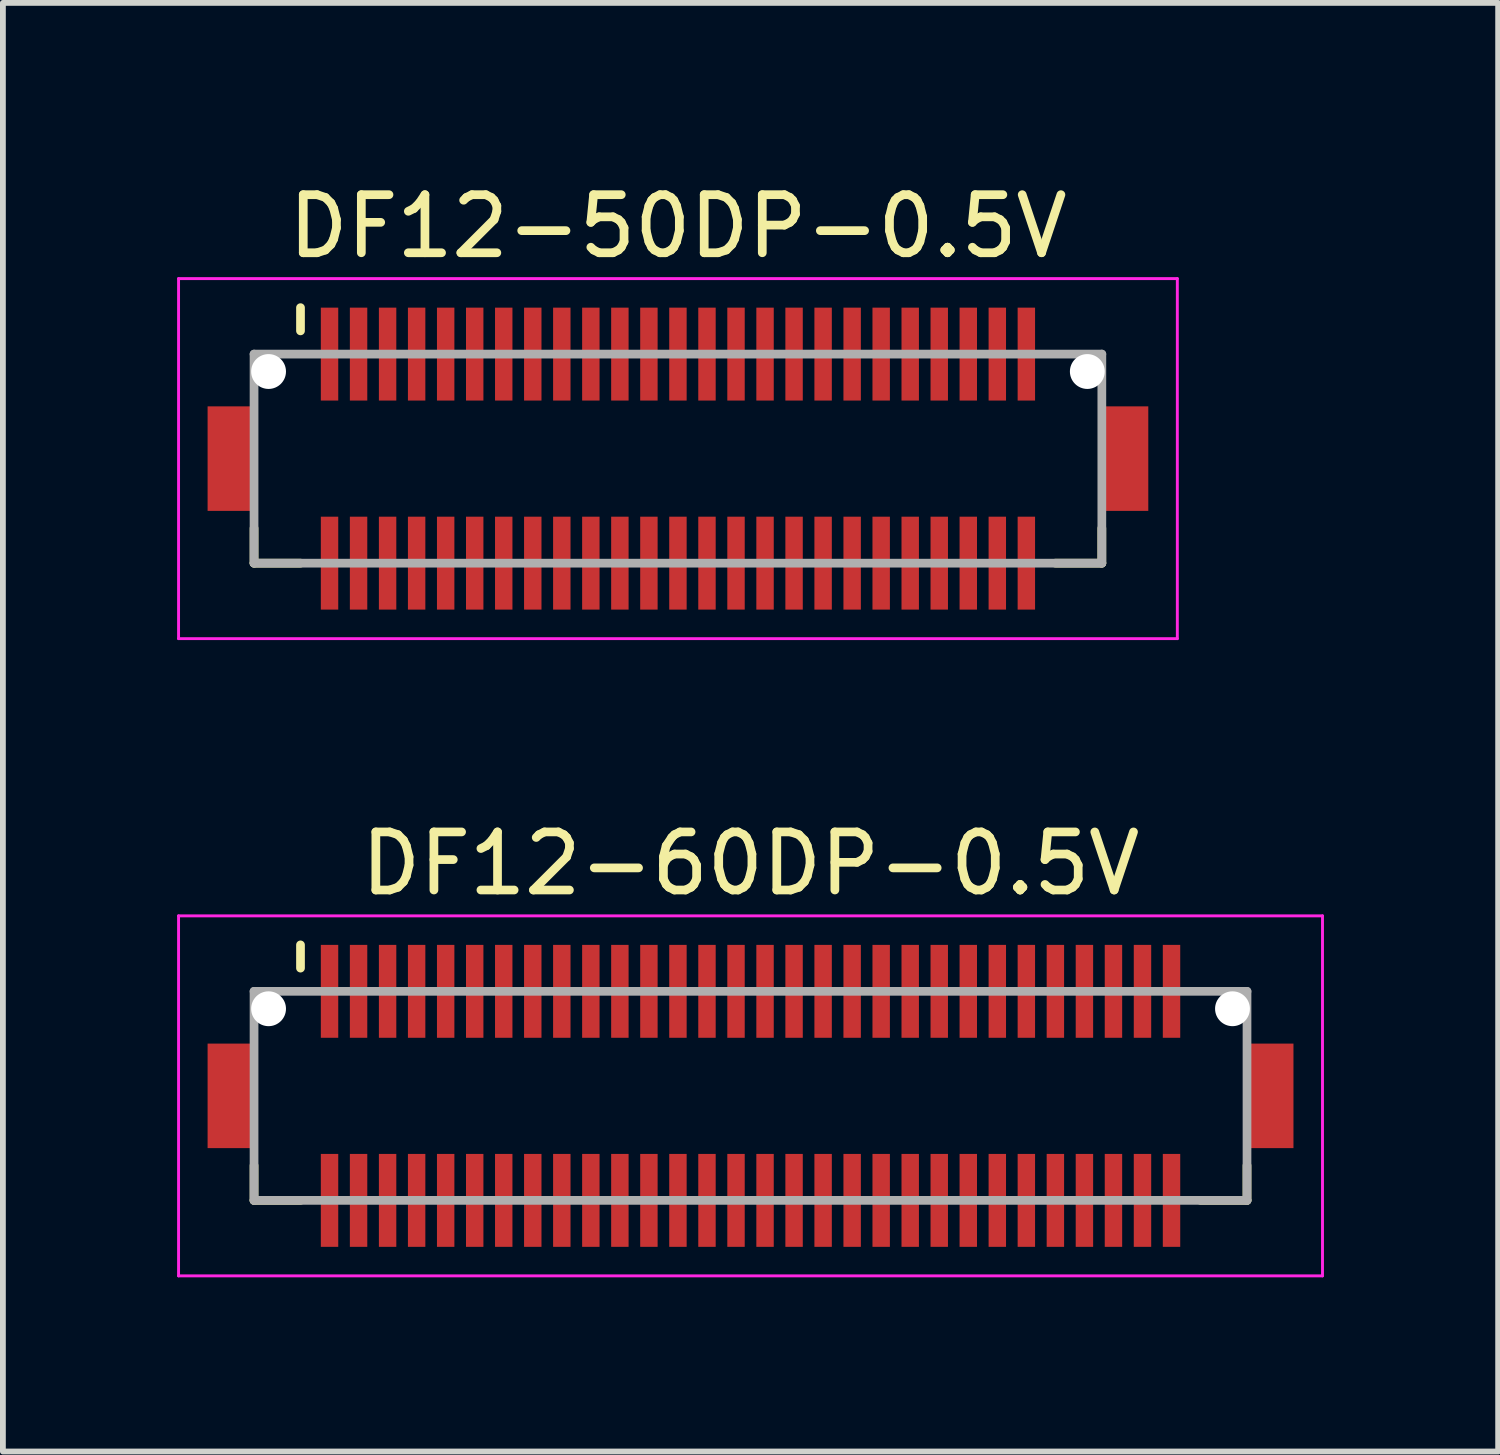
<source format=kicad_pcb>
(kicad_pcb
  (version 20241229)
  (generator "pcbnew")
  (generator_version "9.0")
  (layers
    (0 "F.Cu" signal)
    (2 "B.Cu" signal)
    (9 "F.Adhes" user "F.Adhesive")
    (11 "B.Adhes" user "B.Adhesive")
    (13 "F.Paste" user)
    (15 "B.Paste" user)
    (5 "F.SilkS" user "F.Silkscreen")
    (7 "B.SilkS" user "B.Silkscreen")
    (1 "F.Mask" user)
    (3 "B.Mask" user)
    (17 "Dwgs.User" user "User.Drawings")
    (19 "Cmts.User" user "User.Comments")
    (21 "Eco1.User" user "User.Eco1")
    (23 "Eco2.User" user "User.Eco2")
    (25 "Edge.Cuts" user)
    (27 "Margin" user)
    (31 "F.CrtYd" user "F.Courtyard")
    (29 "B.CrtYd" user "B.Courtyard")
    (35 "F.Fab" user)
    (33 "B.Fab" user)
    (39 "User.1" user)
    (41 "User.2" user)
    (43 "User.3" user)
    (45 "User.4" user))
  (footprint "DF12-60DP-0.5V"
    (layer "F.Cu")
    (at 9.875 15.822)
    (property "Reference" "DF12-60DP-0.5V" (at 0 -4 0) (layer "F.SilkS") (effects (font (size 1 1) (thickness 0.15))))
    (attr smd)
    (fp_line (start -8.55 1.2) (end -8.55 1.8) (stroke (width 0.15) (type solid)) (layer "F.SilkS"))
    (fp_line (start -8.55 1.8) (end -7.75 1.8) (stroke (width 0.15) (type solid)) (layer "F.SilkS"))
    (fp_line (start -7.75 -2.6) (end -7.75 -2.2) (stroke (width 0.15) (type solid)) (layer "F.SilkS"))
    (fp_line (start 7.75 1.8) (end 8.55 1.8) (stroke (width 0.15) (type solid)) (layer "F.SilkS"))
    (fp_line (start 8.55 1.2) (end 8.55 1.8) (stroke (width 0.15) (type solid)) (layer "F.SilkS"))
    (fp_line (start -9.85 -3.1) (end -9.85 3.1) (stroke (width 0.05) (type solid)) (layer "F.CrtYd"))
    (fp_line (start -9.85 -3.1) (end 9.85 -3.1) (stroke (width 0.05) (type solid)) (layer "F.CrtYd"))
    (fp_line (start -9.85 3.1) (end 9.85 3.1) (stroke (width 0.05) (type solid)) (layer "F.CrtYd"))
    (fp_line (start 9.85 -3.1) (end 9.85 3.1) (stroke (width 0.05) (type solid)) (layer "F.CrtYd"))
    (fp_line (start -8.55 -1.8) (end -8.55 1.8) (stroke (width 0.15) (type solid)) (layer "F.Fab"))
    (fp_line (start -8.55 -1.8) (end 8.55 -1.8) (stroke (width 0.15) (type solid)) (layer "F.Fab"))
    (fp_line (start -8.55 1.8) (end 8.55 1.8) (stroke (width 0.15) (type solid)) (layer "F.Fab"))
    (fp_line (start 8.55 -1.8) (end 8.55 1.8) (stroke (width 0.15) (type solid)) (layer "F.Fab"))
    (pad "" np_thru_hole circle (at -8.3 -1.5) (size 0.6 0.6) (drill 0.6) (layers "*.Cu" "*.Mask"))
    (pad "" np_thru_hole circle (at 8.3 -1.5) (size 0.6 0.6) (drill 0.6) (layers "*.Cu" "*.Mask"))
    (pad "1" smd rect (at -7.25 -1.8) (size 0.3 1.6) (layers "F.Cu" "F.Mask" "F.Paste"))
    (pad "2" smd rect (at -7.25 1.8) (size 0.3 1.6) (layers "F.Cu" "F.Mask" "F.Paste"))
    (pad "3" smd rect (at -6.75 -1.8) (size 0.3 1.6) (layers "F.Cu" "F.Mask" "F.Paste"))
    (pad "4" smd rect (at -6.75 1.8) (size 0.3 1.6) (layers "F.Cu" "F.Mask" "F.Paste"))
    (pad "5" smd rect (at -6.25 -1.8) (size 0.3 1.6) (layers "F.Cu" "F.Mask" "F.Paste"))
    (pad "6" smd rect (at -6.25 1.8) (size 0.3 1.6) (layers "F.Cu" "F.Mask" "F.Paste"))
    (pad "7" smd rect (at -5.75 -1.8) (size 0.3 1.6) (layers "F.Cu" "F.Mask" "F.Paste"))
    (pad "8" smd rect (at -5.75 1.8) (size 0.3 1.6) (layers "F.Cu" "F.Mask" "F.Paste"))
    (pad "9" smd rect (at -5.25 -1.8) (size 0.3 1.6) (layers "F.Cu" "F.Mask" "F.Paste"))
    (pad "10" smd rect (at -5.25 1.8) (size 0.3 1.6) (layers "F.Cu" "F.Mask" "F.Paste"))
    (pad "11" smd rect (at -4.75 -1.8) (size 0.3 1.6) (layers "F.Cu" "F.Mask" "F.Paste"))
    (pad "12" smd rect (at -4.75 1.8) (size 0.3 1.6) (layers "F.Cu" "F.Mask" "F.Paste"))
    (pad "13" smd rect (at -4.25 -1.8) (size 0.3 1.6) (layers "F.Cu" "F.Mask" "F.Paste"))
    (pad "14" smd rect (at -4.25 1.8) (size 0.3 1.6) (layers "F.Cu" "F.Mask" "F.Paste"))
    (pad "15" smd rect (at -3.75 -1.8) (size 0.3 1.6) (layers "F.Cu" "F.Mask" "F.Paste"))
    (pad "16" smd rect (at -3.75 1.8) (size 0.3 1.6) (layers "F.Cu" "F.Mask" "F.Paste"))
    (pad "17" smd rect (at -3.25 -1.8) (size 0.3 1.6) (layers "F.Cu" "F.Mask" "F.Paste"))
    (pad "18" smd rect (at -3.25 1.8) (size 0.3 1.6) (layers "F.Cu" "F.Mask" "F.Paste"))
    (pad "19" smd rect (at -2.75 -1.8) (size 0.3 1.6) (layers "F.Cu" "F.Mask" "F.Paste"))
    (pad "20" smd rect (at -2.75 1.8) (size 0.3 1.6) (layers "F.Cu" "F.Mask" "F.Paste"))
    (pad "21" smd rect (at -2.25 -1.8) (size 0.3 1.6) (layers "F.Cu" "F.Mask" "F.Paste"))
    (pad "22" smd rect (at -2.25 1.8) (size 0.3 1.6) (layers "F.Cu" "F.Mask" "F.Paste"))
    (pad "23" smd rect (at -1.75 -1.8) (size 0.3 1.6) (layers "F.Cu" "F.Mask" "F.Paste"))
    (pad "24" smd rect (at -1.75 1.8) (size 0.3 1.6) (layers "F.Cu" "F.Mask" "F.Paste"))
    (pad "25" smd rect (at -1.25 -1.8) (size 0.3 1.6) (layers "F.Cu" "F.Mask" "F.Paste"))
    (pad "26" smd rect (at -1.25 1.8) (size 0.3 1.6) (layers "F.Cu" "F.Mask" "F.Paste"))
    (pad "27" smd rect (at -0.75 -1.8) (size 0.3 1.6) (layers "F.Cu" "F.Mask" "F.Paste"))
    (pad "28" smd rect (at -0.75 1.8) (size 0.3 1.6) (layers "F.Cu" "F.Mask" "F.Paste"))
    (pad "29" smd rect (at -0.25 -1.8) (size 0.3 1.6) (layers "F.Cu" "F.Mask" "F.Paste"))
    (pad "30" smd rect (at -0.25 1.8) (size 0.3 1.6) (layers "F.Cu" "F.Mask" "F.Paste"))
    (pad "31" smd rect (at 0.25 -1.8) (size 0.3 1.6) (layers "F.Cu" "F.Mask" "F.Paste"))
    (pad "32" smd rect (at 0.25 1.8) (size 0.3 1.6) (layers "F.Cu" "F.Mask" "F.Paste"))
    (pad "33" smd rect (at 0.75 -1.8) (size 0.3 1.6) (layers "F.Cu" "F.Mask" "F.Paste"))
    (pad "34" smd rect (at 0.75 1.8) (size 0.3 1.6) (layers "F.Cu" "F.Mask" "F.Paste"))
    (pad "35" smd rect (at 1.25 -1.8) (size 0.3 1.6) (layers "F.Cu" "F.Mask" "F.Paste"))
    (pad "36" smd rect (at 1.25 1.8) (size 0.3 1.6) (layers "F.Cu" "F.Mask" "F.Paste"))
    (pad "37" smd rect (at 1.75 -1.8) (size 0.3 1.6) (layers "F.Cu" "F.Mask" "F.Paste"))
    (pad "38" smd rect (at 1.75 1.8) (size 0.3 1.6) (layers "F.Cu" "F.Mask" "F.Paste"))
    (pad "39" smd rect (at 2.25 -1.8) (size 0.3 1.6) (layers "F.Cu" "F.Mask" "F.Paste"))
    (pad "40" smd rect (at 2.25 1.8) (size 0.3 1.6) (layers "F.Cu" "F.Mask" "F.Paste"))
    (pad "41" smd rect (at 2.75 -1.8) (size 0.3 1.6) (layers "F.Cu" "F.Mask" "F.Paste"))
    (pad "42" smd rect (at 2.75 1.8) (size 0.3 1.6) (layers "F.Cu" "F.Mask" "F.Paste"))
    (pad "43" smd rect (at 3.25 -1.8) (size 0.3 1.6) (layers "F.Cu" "F.Mask" "F.Paste"))
    (pad "44" smd rect (at 3.25 1.8) (size 0.3 1.6) (layers "F.Cu" "F.Mask" "F.Paste"))
    (pad "45" smd rect (at 3.75 -1.8) (size 0.3 1.6) (layers "F.Cu" "F.Mask" "F.Paste"))
    (pad "46" smd rect (at 3.75 1.8) (size 0.3 1.6) (layers "F.Cu" "F.Mask" "F.Paste"))
    (pad "47" smd rect (at 4.25 -1.8) (size 0.3 1.6) (layers "F.Cu" "F.Mask" "F.Paste"))
    (pad "48" smd rect (at 4.25 1.8) (size 0.3 1.6) (layers "F.Cu" "F.Mask" "F.Paste"))
    (pad "49" smd rect (at 4.75 -1.8) (size 0.3 1.6) (layers "F.Cu" "F.Mask" "F.Paste"))
    (pad "50" smd rect (at 4.75 1.8) (size 0.3 1.6) (layers "F.Cu" "F.Mask" "F.Paste"))
    (pad "51" smd rect (at 5.25 -1.8) (size 0.3 1.6) (layers "F.Cu" "F.Mask" "F.Paste"))
    (pad "52" smd rect (at 5.25 1.8) (size 0.3 1.6) (layers "F.Cu" "F.Mask" "F.Paste"))
    (pad "53" smd rect (at 5.75 -1.8) (size 0.3 1.6) (layers "F.Cu" "F.Mask" "F.Paste"))
    (pad "54" smd rect (at 5.75 1.8) (size 0.3 1.6) (layers "F.Cu" "F.Mask" "F.Paste"))
    (pad "55" smd rect (at 6.25 -1.8) (size 0.3 1.6) (layers "F.Cu" "F.Mask" "F.Paste"))
    (pad "56" smd rect (at 6.25 1.8) (size 0.3 1.6) (layers "F.Cu" "F.Mask" "F.Paste"))
    (pad "57" smd rect (at 6.75 -1.8) (size 0.3 1.6) (layers "F.Cu" "F.Mask" "F.Paste"))
    (pad "58" smd rect (at 6.75 1.8) (size 0.3 1.6) (layers "F.Cu" "F.Mask" "F.Paste"))
    (pad "59" smd rect (at 7.25 -1.8) (size 0.3 1.6) (layers "F.Cu" "F.Mask" "F.Paste"))
    (pad "60" smd rect (at 7.25 1.8) (size 0.3 1.6) (layers "F.Cu" "F.Mask" "F.Paste"))
    (pad "S" smd rect (at -8.95 0) (size 0.8 1.8) (layers "F.Cu" "F.Mask" "F.Paste"))
    (pad "S" smd rect (at 8.95 0) (size 0.8 1.8) (layers "F.Cu" "F.Mask" "F.Paste")))
  (footprint "DF12-50DP-0.5V"
    (layer "F.Cu")
    (at 8.625 4.848)
    (property "Reference" "DF12-50DP-0.5V" (at 0 -4 0) (layer "F.SilkS") (effects (font (size 1 1) (thickness 0.15))))
    (attr smd)
    (fp_line (start -7.3 1.2) (end -7.3 1.8) (stroke (width 0.15) (type solid)) (layer "F.SilkS"))
    (fp_line (start -7.3 1.8) (end -6.5 1.8) (stroke (width 0.15) (type solid)) (layer "F.SilkS"))
    (fp_line (start -6.5 -2.6) (end -6.5 -2.2) (stroke (width 0.15) (type solid)) (layer "F.SilkS"))
    (fp_line (start 6.5 1.8) (end 7.3 1.8) (stroke (width 0.15) (type solid)) (layer "F.SilkS"))
    (fp_line (start 7.3 1.2) (end 7.3 1.8) (stroke (width 0.15) (type solid)) (layer "F.SilkS"))
    (fp_line (start -8.6 -3.1) (end -8.6 3.1) (stroke (width 0.05) (type solid)) (layer "F.CrtYd"))
    (fp_line (start -8.6 -3.1) (end 8.6 -3.1) (stroke (width 0.05) (type solid)) (layer "F.CrtYd"))
    (fp_line (start -8.6 3.1) (end 8.6 3.1) (stroke (width 0.05) (type solid)) (layer "F.CrtYd"))
    (fp_line (start 8.6 -3.1) (end 8.6 3.1) (stroke (width 0.05) (type solid)) (layer "F.CrtYd"))
    (fp_line (start -7.3 -1.8) (end -7.3 1.8) (stroke (width 0.15) (type solid)) (layer "F.Fab"))
    (fp_line (start -7.3 -1.8) (end 7.3 -1.8) (stroke (width 0.15) (type solid)) (layer "F.Fab"))
    (fp_line (start -7.3 1.8) (end 7.3 1.8) (stroke (width 0.15) (type solid)) (layer "F.Fab"))
    (fp_line (start 7.3 -1.8) (end 7.3 1.8) (stroke (width 0.15) (type solid)) (layer "F.Fab"))
    (pad "" np_thru_hole circle (at -7.05 -1.5) (size 0.6 0.6) (drill 0.6) (layers "*.Cu" "*.Mask"))
    (pad "" np_thru_hole circle (at 7.05 -1.5) (size 0.6 0.6) (drill 0.6) (layers "*.Cu" "*.Mask"))
    (pad "1" smd rect (at -6 -1.8) (size 0.3 1.6) (layers "F.Cu" "F.Mask" "F.Paste"))
    (pad "2" smd rect (at -6 1.8) (size 0.3 1.6) (layers "F.Cu" "F.Mask" "F.Paste"))
    (pad "3" smd rect (at -5.5 -1.8) (size 0.3 1.6) (layers "F.Cu" "F.Mask" "F.Paste"))
    (pad "4" smd rect (at -5.5 1.8) (size 0.3 1.6) (layers "F.Cu" "F.Mask" "F.Paste"))
    (pad "5" smd rect (at -5 -1.8) (size 0.3 1.6) (layers "F.Cu" "F.Mask" "F.Paste"))
    (pad "6" smd rect (at -5 1.8) (size 0.3 1.6) (layers "F.Cu" "F.Mask" "F.Paste"))
    (pad "7" smd rect (at -4.5 -1.8) (size 0.3 1.6) (layers "F.Cu" "F.Mask" "F.Paste"))
    (pad "8" smd rect (at -4.5 1.8) (size 0.3 1.6) (layers "F.Cu" "F.Mask" "F.Paste"))
    (pad "9" smd rect (at -4 -1.8) (size 0.3 1.6) (layers "F.Cu" "F.Mask" "F.Paste"))
    (pad "10" smd rect (at -4 1.8) (size 0.3 1.6) (layers "F.Cu" "F.Mask" "F.Paste"))
    (pad "11" smd rect (at -3.5 -1.8) (size 0.3 1.6) (layers "F.Cu" "F.Mask" "F.Paste"))
    (pad "12" smd rect (at -3.5 1.8) (size 0.3 1.6) (layers "F.Cu" "F.Mask" "F.Paste"))
    (pad "13" smd rect (at -3 -1.8) (size 0.3 1.6) (layers "F.Cu" "F.Mask" "F.Paste"))
    (pad "14" smd rect (at -3 1.8) (size 0.3 1.6) (layers "F.Cu" "F.Mask" "F.Paste"))
    (pad "15" smd rect (at -2.5 -1.8) (size 0.3 1.6) (layers "F.Cu" "F.Mask" "F.Paste"))
    (pad "16" smd rect (at -2.5 1.8) (size 0.3 1.6) (layers "F.Cu" "F.Mask" "F.Paste"))
    (pad "17" smd rect (at -2 -1.8) (size 0.3 1.6) (layers "F.Cu" "F.Mask" "F.Paste"))
    (pad "18" smd rect (at -2 1.8) (size 0.3 1.6) (layers "F.Cu" "F.Mask" "F.Paste"))
    (pad "19" smd rect (at -1.5 -1.8) (size 0.3 1.6) (layers "F.Cu" "F.Mask" "F.Paste"))
    (pad "20" smd rect (at -1.5 1.8) (size 0.3 1.6) (layers "F.Cu" "F.Mask" "F.Paste"))
    (pad "21" smd rect (at -1 -1.8) (size 0.3 1.6) (layers "F.Cu" "F.Mask" "F.Paste"))
    (pad "22" smd rect (at -1 1.8) (size 0.3 1.6) (layers "F.Cu" "F.Mask" "F.Paste"))
    (pad "23" smd rect (at -0.5 -1.8) (size 0.3 1.6) (layers "F.Cu" "F.Mask" "F.Paste"))
    (pad "24" smd rect (at -0.5 1.8) (size 0.3 1.6) (layers "F.Cu" "F.Mask" "F.Paste"))
    (pad "25" smd rect (at 0 -1.8) (size 0.3 1.6) (layers "F.Cu" "F.Mask" "F.Paste"))
    (pad "26" smd rect (at 0 1.8) (size 0.3 1.6) (layers "F.Cu" "F.Mask" "F.Paste"))
    (pad "27" smd rect (at 0.5 -1.8) (size 0.3 1.6) (layers "F.Cu" "F.Mask" "F.Paste"))
    (pad "28" smd rect (at 0.5 1.8) (size 0.3 1.6) (layers "F.Cu" "F.Mask" "F.Paste"))
    (pad "29" smd rect (at 1 -1.8) (size 0.3 1.6) (layers "F.Cu" "F.Mask" "F.Paste"))
    (pad "30" smd rect (at 1 1.8) (size 0.3 1.6) (layers "F.Cu" "F.Mask" "F.Paste"))
    (pad "31" smd rect (at 1.5 -1.8) (size 0.3 1.6) (layers "F.Cu" "F.Mask" "F.Paste"))
    (pad "32" smd rect (at 1.5 1.8) (size 0.3 1.6) (layers "F.Cu" "F.Mask" "F.Paste"))
    (pad "33" smd rect (at 2 -1.8) (size 0.3 1.6) (layers "F.Cu" "F.Mask" "F.Paste"))
    (pad "34" smd rect (at 2 1.8) (size 0.3 1.6) (layers "F.Cu" "F.Mask" "F.Paste"))
    (pad "35" smd rect (at 2.5 -1.8) (size 0.3 1.6) (layers "F.Cu" "F.Mask" "F.Paste"))
    (pad "36" smd rect (at 2.5 1.8) (size 0.3 1.6) (layers "F.Cu" "F.Mask" "F.Paste"))
    (pad "37" smd rect (at 3 -1.8) (size 0.3 1.6) (layers "F.Cu" "F.Mask" "F.Paste"))
    (pad "38" smd rect (at 3 1.8) (size 0.3 1.6) (layers "F.Cu" "F.Mask" "F.Paste"))
    (pad "39" smd rect (at 3.5 -1.8) (size 0.3 1.6) (layers "F.Cu" "F.Mask" "F.Paste"))
    (pad "40" smd rect (at 3.5 1.8) (size 0.3 1.6) (layers "F.Cu" "F.Mask" "F.Paste"))
    (pad "41" smd rect (at 4 -1.8) (size 0.3 1.6) (layers "F.Cu" "F.Mask" "F.Paste"))
    (pad "42" smd rect (at 4 1.8) (size 0.3 1.6) (layers "F.Cu" "F.Mask" "F.Paste"))
    (pad "43" smd rect (at 4.5 -1.8) (size 0.3 1.6) (layers "F.Cu" "F.Mask" "F.Paste"))
    (pad "44" smd rect (at 4.5 1.8) (size 0.3 1.6) (layers "F.Cu" "F.Mask" "F.Paste"))
    (pad "45" smd rect (at 5 -1.8) (size 0.3 1.6) (layers "F.Cu" "F.Mask" "F.Paste"))
    (pad "46" smd rect (at 5 1.8) (size 0.3 1.6) (layers "F.Cu" "F.Mask" "F.Paste"))
    (pad "47" smd rect (at 5.5 -1.8) (size 0.3 1.6) (layers "F.Cu" "F.Mask" "F.Paste"))
    (pad "48" smd rect (at 5.5 1.8) (size 0.3 1.6) (layers "F.Cu" "F.Mask" "F.Paste"))
    (pad "49" smd rect (at 6 -1.8) (size 0.3 1.6) (layers "F.Cu" "F.Mask" "F.Paste"))
    (pad "50" smd rect (at 6 1.8) (size 0.3 1.6) (layers "F.Cu" "F.Mask" "F.Paste"))
    (pad "S" smd rect (at -7.7 0) (size 0.8 1.8) (layers "F.Cu" "F.Mask" "F.Paste"))
    (pad "S" smd rect (at 7.7 0) (size 0.8 1.8) (layers "F.Cu" "F.Mask" "F.Paste")))
  (gr_rect
    (start -3 -3)
    (end 22.75 21.947)
    (stroke (width 0.1) (type default))
    (fill no)
    (layer "Edge.Cuts")))
</source>
